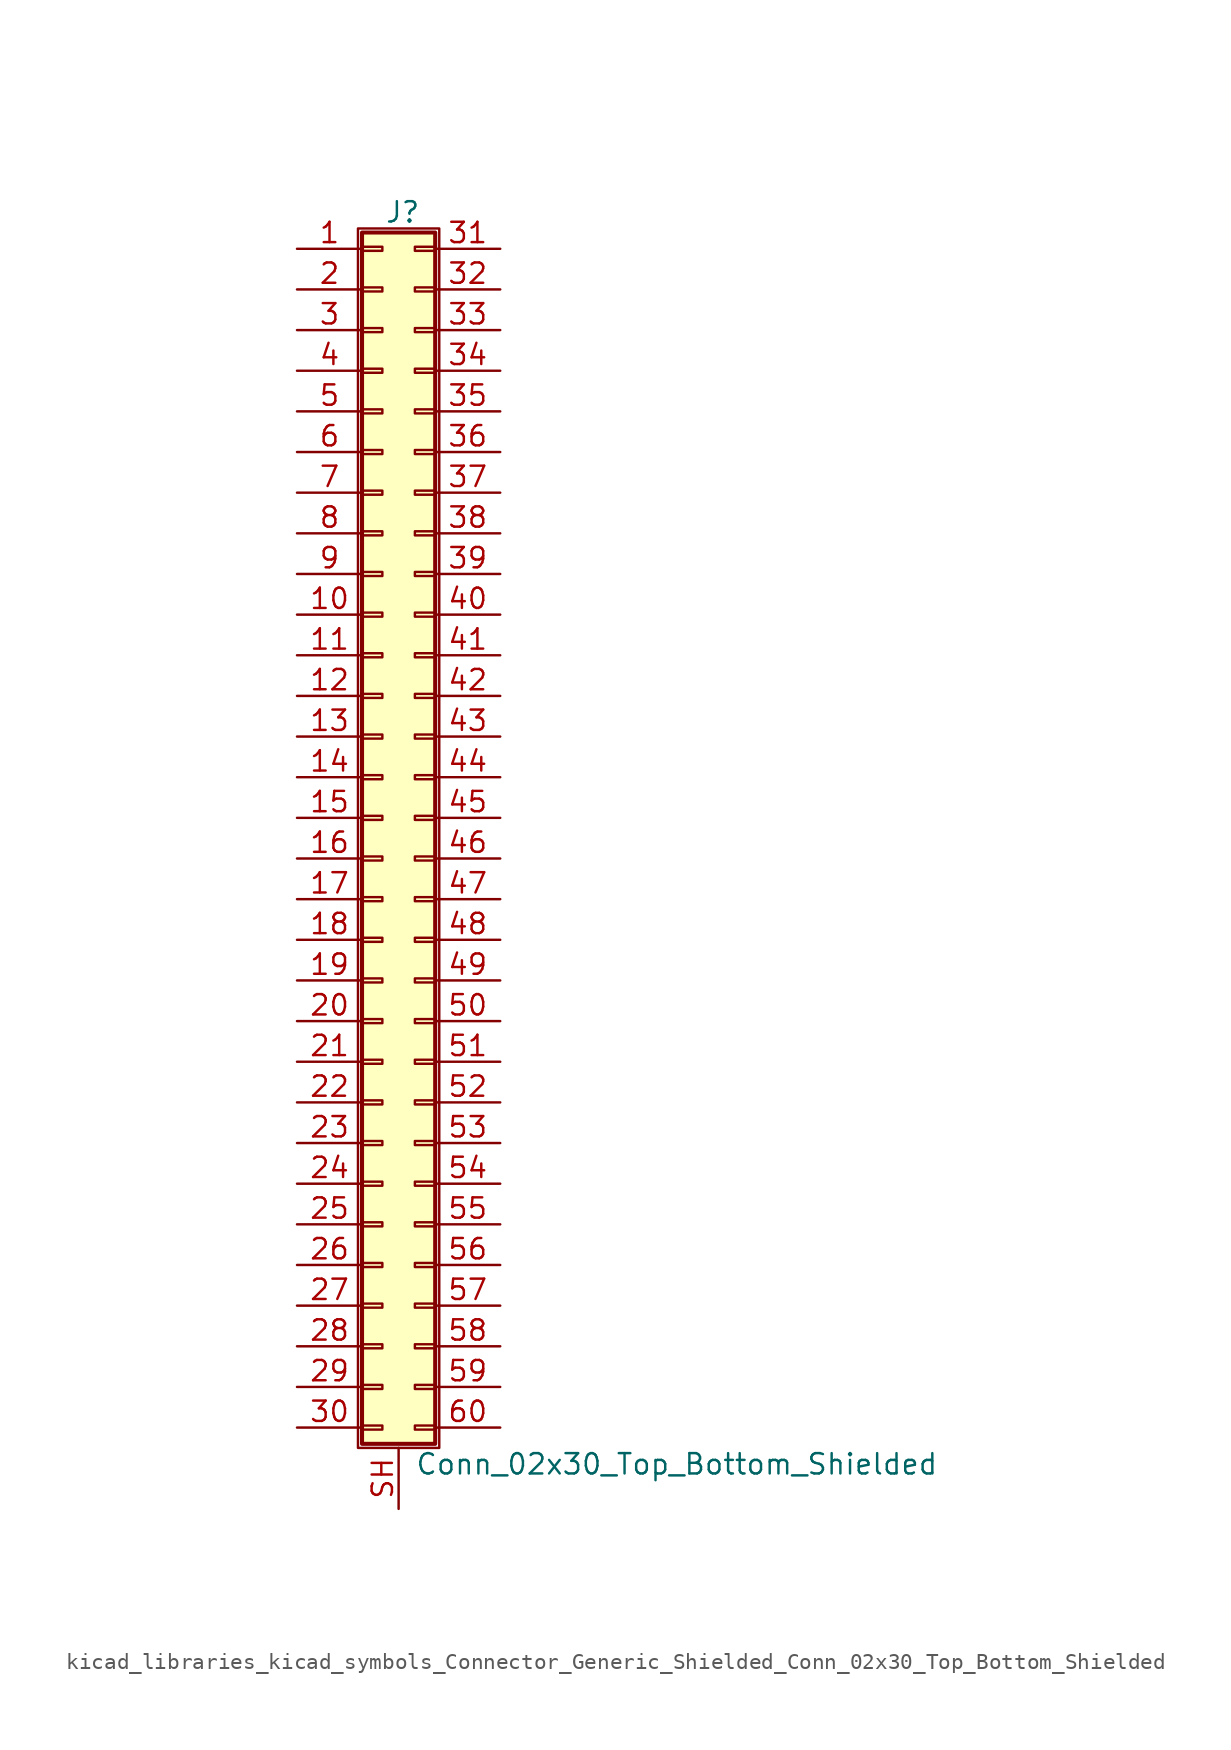
<source format=kicad_sym>
(kicad_symbol_lib
  (version 20220914)
  (generator kicad_symbol_editor)
  (symbol "kicad_libraries_kicad_symbols_Connector_Generic_Shielded_Conn_02x30_Top_Bottom_Shielded"
    (pin_names
      (offset 1.016) hide)
    (property "Reference" "J"
      (at 1.524 37.846 0)
      (effects (font (size 1.27 1.27))))
    (property "Value" "Conn_02x30_Top_Bottom_Shielded"
      (at 2.286 -40.386 0)
      (effects (font (size 1.27 1.27)) (justify left)))
    (symbol "kicad_libraries_kicad_symbols_Connector_Generic_Shielded_Conn_02x30_Top_Bottom_Shielded_1_1"
      (rectangle (start -1.27 36.83) (end 3.81 -39.37) (stroke (width 0.152) (type default)) (fill (type none)))
      (rectangle (start -1.016 -37.973) (end 0.254 -38.227) (stroke (width 0.152) (type default)) (fill (type none)))
      (rectangle (start -1.016 -35.433) (end 0.254 -35.687) (stroke (width 0.152) (type default)) (fill (type none)))
      (rectangle (start -1.016 -32.893) (end 0.254 -33.147) (stroke (width 0.152) (type default)) (fill (type none)))
      (rectangle (start -1.016 -30.353) (end 0.254 -30.607) (stroke (width 0.152) (type default)) (fill (type none)))
      (rectangle (start -1.016 -27.813) (end 0.254 -28.067) (stroke (width 0.152) (type default)) (fill (type none)))
      (rectangle (start -1.016 -25.273) (end 0.254 -25.527) (stroke (width 0.152) (type default)) (fill (type none)))
      (rectangle (start -1.016 -22.733) (end 0.254 -22.987) (stroke (width 0.152) (type default)) (fill (type none)))
      (rectangle (start -1.016 -20.193) (end 0.254 -20.447) (stroke (width 0.152) (type default)) (fill (type none)))
      (rectangle (start -1.016 -17.653) (end 0.254 -17.907) (stroke (width 0.152) (type default)) (fill (type none)))
      (rectangle (start -1.016 -15.113) (end 0.254 -15.367) (stroke (width 0.152) (type default)) (fill (type none)))
      (rectangle (start -1.016 -12.573) (end 0.254 -12.827) (stroke (width 0.152) (type default)) (fill (type none)))
      (rectangle (start -1.016 -10.033) (end 0.254 -10.287) (stroke (width 0.152) (type default)) (fill (type none)))
      (rectangle (start -1.016 -7.493) (end 0.254 -7.747) (stroke (width 0.152) (type default)) (fill (type none)))
      (rectangle (start -1.016 -4.953) (end 0.254 -5.207) (stroke (width 0.152) (type default)) (fill (type none)))
      (rectangle (start -1.016 -2.413) (end 0.254 -2.667) (stroke (width 0.152) (type default)) (fill (type none)))
      (rectangle (start -1.016 0.127) (end 0.254 -0.127) (stroke (width 0.152) (type default)) (fill (type none)))
      (rectangle (start -1.016 2.667) (end 0.254 2.413) (stroke (width 0.152) (type default)) (fill (type none)))
      (rectangle (start -1.016 5.207) (end 0.254 4.953) (stroke (width 0.152) (type default)) (fill (type none)))
      (rectangle (start -1.016 7.747) (end 0.254 7.493) (stroke (width 0.152) (type default)) (fill (type none)))
      (rectangle (start -1.016 10.287) (end 0.254 10.033) (stroke (width 0.152) (type default)) (fill (type none)))
      (rectangle (start -1.016 12.827) (end 0.254 12.573) (stroke (width 0.152) (type default)) (fill (type none)))
      (rectangle (start -1.016 15.367) (end 0.254 15.113) (stroke (width 0.152) (type default)) (fill (type none)))
      (rectangle (start -1.016 17.907) (end 0.254 17.653) (stroke (width 0.152) (type default)) (fill (type none)))
      (rectangle (start -1.016 20.447) (end 0.254 20.193) (stroke (width 0.152) (type default)) (fill (type none)))
      (rectangle (start -1.016 22.987) (end 0.254 22.733) (stroke (width 0.152) (type default)) (fill (type none)))
      (rectangle (start -1.016 25.527) (end 0.254 25.273) (stroke (width 0.152) (type default)) (fill (type none)))
      (rectangle (start -1.016 28.067) (end 0.254 27.813) (stroke (width 0.152) (type default)) (fill (type none)))
      (rectangle (start -1.016 30.607) (end 0.254 30.353) (stroke (width 0.152) (type default)) (fill (type none)))
      (rectangle (start -1.016 33.147) (end 0.254 32.893) (stroke (width 0.152) (type default)) (fill (type none)))
      (rectangle (start -1.016 35.687) (end 0.254 35.433) (stroke (width 0.152) (type default)) (fill (type none)))
      (rectangle (start -1.016 36.576) (end 3.556 -39.116) (stroke (width 0.254) (type default)) (fill (type background)))
      (rectangle (start 3.556 -37.973) (end 2.286 -38.227) (stroke (width 0.152) (type default)) (fill (type none)))
      (rectangle (start 3.556 -35.433) (end 2.286 -35.687) (stroke (width 0.152) (type default)) (fill (type none)))
      (rectangle (start 3.556 -32.893) (end 2.286 -33.147) (stroke (width 0.152) (type default)) (fill (type none)))
      (rectangle (start 3.556 -30.353) (end 2.286 -30.607) (stroke (width 0.152) (type default)) (fill (type none)))
      (rectangle (start 3.556 -27.813) (end 2.286 -28.067) (stroke (width 0.152) (type default)) (fill (type none)))
      (rectangle (start 3.556 -25.273) (end 2.286 -25.527) (stroke (width 0.152) (type default)) (fill (type none)))
      (rectangle (start 3.556 -22.733) (end 2.286 -22.987) (stroke (width 0.152) (type default)) (fill (type none)))
      (rectangle (start 3.556 -20.193) (end 2.286 -20.447) (stroke (width 0.152) (type default)) (fill (type none)))
      (rectangle (start 3.556 -17.653) (end 2.286 -17.907) (stroke (width 0.152) (type default)) (fill (type none)))
      (rectangle (start 3.556 -15.113) (end 2.286 -15.367) (stroke (width 0.152) (type default)) (fill (type none)))
      (rectangle (start 3.556 -12.573) (end 2.286 -12.827) (stroke (width 0.152) (type default)) (fill (type none)))
      (rectangle (start 3.556 -10.033) (end 2.286 -10.287) (stroke (width 0.152) (type default)) (fill (type none)))
      (rectangle (start 3.556 -7.493) (end 2.286 -7.747) (stroke (width 0.152) (type default)) (fill (type none)))
      (rectangle (start 3.556 -4.953) (end 2.286 -5.207) (stroke (width 0.152) (type default)) (fill (type none)))
      (rectangle (start 3.556 -2.413) (end 2.286 -2.667) (stroke (width 0.152) (type default)) (fill (type none)))
      (rectangle (start 3.556 0.127) (end 2.286 -0.127) (stroke (width 0.152) (type default)) (fill (type none)))
      (rectangle (start 3.556 2.667) (end 2.286 2.413) (stroke (width 0.152) (type default)) (fill (type none)))
      (rectangle (start 3.556 5.207) (end 2.286 4.953) (stroke (width 0.152) (type default)) (fill (type none)))
      (rectangle (start 3.556 7.747) (end 2.286 7.493) (stroke (width 0.152) (type default)) (fill (type none)))
      (rectangle (start 3.556 10.287) (end 2.286 10.033) (stroke (width 0.152) (type default)) (fill (type none)))
      (rectangle (start 3.556 12.827) (end 2.286 12.573) (stroke (width 0.152) (type default)) (fill (type none)))
      (rectangle (start 3.556 15.367) (end 2.286 15.113) (stroke (width 0.152) (type default)) (fill (type none)))
      (rectangle (start 3.556 17.907) (end 2.286 17.653) (stroke (width 0.152) (type default)) (fill (type none)))
      (rectangle (start 3.556 20.447) (end 2.286 20.193) (stroke (width 0.152) (type default)) (fill (type none)))
      (rectangle (start 3.556 22.987) (end 2.286 22.733) (stroke (width 0.152) (type default)) (fill (type none)))
      (rectangle (start 3.556 25.527) (end 2.286 25.273) (stroke (width 0.152) (type default)) (fill (type none)))
      (rectangle (start 3.556 28.067) (end 2.286 27.813) (stroke (width 0.152) (type default)) (fill (type none)))
      (rectangle (start 3.556 30.607) (end 2.286 30.353) (stroke (width 0.152) (type default)) (fill (type none)))
      (rectangle (start 3.556 33.147) (end 2.286 32.893) (stroke (width 0.152) (type default)) (fill (type none)))
      (rectangle (start 3.556 35.687) (end 2.286 35.433) (stroke (width 0.152) (type default)) (fill (type none)))
      (pin passive line (at -5.08 35.56 0) (length 4.064) (name "Pin_1" (effects (font (size 1.27 1.27)))) (number "1" (effects (font (size 1.27 1.27)))))
      (pin passive line (at -5.08 12.7 0) (length 4.064) (name "Pin_10" (effects (font (size 1.27 1.27)))) (number "10" (effects (font (size 1.27 1.27)))))
      (pin passive line (at -5.08 10.16 0) (length 4.064) (name "Pin_11" (effects (font (size 1.27 1.27)))) (number "11" (effects (font (size 1.27 1.27)))))
      (pin passive line (at -5.08 7.62 0) (length 4.064) (name "Pin_12" (effects (font (size 1.27 1.27)))) (number "12" (effects (font (size 1.27 1.27)))))
      (pin passive line (at -5.08 5.08 0) (length 4.064) (name "Pin_13" (effects (font (size 1.27 1.27)))) (number "13" (effects (font (size 1.27 1.27)))))
      (pin passive line (at -5.08 2.54 0) (length 4.064) (name "Pin_14" (effects (font (size 1.27 1.27)))) (number "14" (effects (font (size 1.27 1.27)))))
      (pin passive line (at -5.08 0 0) (length 4.064) (name "Pin_15" (effects (font (size 1.27 1.27)))) (number "15" (effects (font (size 1.27 1.27)))))
      (pin passive line (at -5.08 -2.54 0) (length 4.064) (name "Pin_16" (effects (font (size 1.27 1.27)))) (number "16" (effects (font (size 1.27 1.27)))))
      (pin passive line (at -5.08 -5.08 0) (length 4.064) (name "Pin_17" (effects (font (size 1.27 1.27)))) (number "17" (effects (font (size 1.27 1.27)))))
      (pin passive line (at -5.08 -7.62 0) (length 4.064) (name "Pin_18" (effects (font (size 1.27 1.27)))) (number "18" (effects (font (size 1.27 1.27)))))
      (pin passive line (at -5.08 -10.16 0) (length 4.064) (name "Pin_19" (effects (font (size 1.27 1.27)))) (number "19" (effects (font (size 1.27 1.27)))))
      (pin passive line (at -5.08 33.02 0) (length 4.064) (name "Pin_2" (effects (font (size 1.27 1.27)))) (number "2" (effects (font (size 1.27 1.27)))))
      (pin passive line (at -5.08 -12.7 0) (length 4.064) (name "Pin_20" (effects (font (size 1.27 1.27)))) (number "20" (effects (font (size 1.27 1.27)))))
      (pin passive line (at -5.08 -15.24 0) (length 4.064) (name "Pin_21" (effects (font (size 1.27 1.27)))) (number "21" (effects (font (size 1.27 1.27)))))
      (pin passive line (at -5.08 -17.78 0) (length 4.064) (name "Pin_22" (effects (font (size 1.27 1.27)))) (number "22" (effects (font (size 1.27 1.27)))))
      (pin passive line (at -5.08 -20.32 0) (length 4.064) (name "Pin_23" (effects (font (size 1.27 1.27)))) (number "23" (effects (font (size 1.27 1.27)))))
      (pin passive line (at -5.08 -22.86 0) (length 4.064) (name "Pin_24" (effects (font (size 1.27 1.27)))) (number "24" (effects (font (size 1.27 1.27)))))
      (pin passive line (at -5.08 -25.4 0) (length 4.064) (name "Pin_25" (effects (font (size 1.27 1.27)))) (number "25" (effects (font (size 1.27 1.27)))))
      (pin passive line (at -5.08 -27.94 0) (length 4.064) (name "Pin_26" (effects (font (size 1.27 1.27)))) (number "26" (effects (font (size 1.27 1.27)))))
      (pin passive line (at -5.08 -30.48 0) (length 4.064) (name "Pin_27" (effects (font (size 1.27 1.27)))) (number "27" (effects (font (size 1.27 1.27)))))
      (pin passive line (at -5.08 -33.02 0) (length 4.064) (name "Pin_28" (effects (font (size 1.27 1.27)))) (number "28" (effects (font (size 1.27 1.27)))))
      (pin passive line (at -5.08 -35.56 0) (length 4.064) (name "Pin_29" (effects (font (size 1.27 1.27)))) (number "29" (effects (font (size 1.27 1.27)))))
      (pin passive line (at -5.08 30.48 0) (length 4.064) (name "Pin_3" (effects (font (size 1.27 1.27)))) (number "3" (effects (font (size 1.27 1.27)))))
      (pin passive line (at -5.08 -38.1 0) (length 4.064) (name "Pin_30" (effects (font (size 1.27 1.27)))) (number "30" (effects (font (size 1.27 1.27)))))
      (pin passive line (at 7.62 35.56 180) (length 4.064) (name "Pin_31" (effects (font (size 1.27 1.27)))) (number "31" (effects (font (size 1.27 1.27)))))
      (pin passive line (at 7.62 33.02 180) (length 4.064) (name "Pin_32" (effects (font (size 1.27 1.27)))) (number "32" (effects (font (size 1.27 1.27)))))
      (pin passive line (at 7.62 30.48 180) (length 4.064) (name "Pin_33" (effects (font (size 1.27 1.27)))) (number "33" (effects (font (size 1.27 1.27)))))
      (pin passive line (at 7.62 27.94 180) (length 4.064) (name "Pin_34" (effects (font (size 1.27 1.27)))) (number "34" (effects (font (size 1.27 1.27)))))
      (pin passive line (at 7.62 25.4 180) (length 4.064) (name "Pin_35" (effects (font (size 1.27 1.27)))) (number "35" (effects (font (size 1.27 1.27)))))
      (pin passive line (at 7.62 22.86 180) (length 4.064) (name "Pin_36" (effects (font (size 1.27 1.27)))) (number "36" (effects (font (size 1.27 1.27)))))
      (pin passive line (at 7.62 20.32 180) (length 4.064) (name "Pin_37" (effects (font (size 1.27 1.27)))) (number "37" (effects (font (size 1.27 1.27)))))
      (pin passive line (at 7.62 17.78 180) (length 4.064) (name "Pin_38" (effects (font (size 1.27 1.27)))) (number "38" (effects (font (size 1.27 1.27)))))
      (pin passive line (at 7.62 15.24 180) (length 4.064) (name "Pin_39" (effects (font (size 1.27 1.27)))) (number "39" (effects (font (size 1.27 1.27)))))
      (pin passive line (at -5.08 27.94 0) (length 4.064) (name "Pin_4" (effects (font (size 1.27 1.27)))) (number "4" (effects (font (size 1.27 1.27)))))
      (pin passive line (at 7.62 12.7 180) (length 4.064) (name "Pin_40" (effects (font (size 1.27 1.27)))) (number "40" (effects (font (size 1.27 1.27)))))
      (pin passive line (at 7.62 10.16 180) (length 4.064) (name "Pin_41" (effects (font (size 1.27 1.27)))) (number "41" (effects (font (size 1.27 1.27)))))
      (pin passive line (at 7.62 7.62 180) (length 4.064) (name "Pin_42" (effects (font (size 1.27 1.27)))) (number "42" (effects (font (size 1.27 1.27)))))
      (pin passive line (at 7.62 5.08 180) (length 4.064) (name "Pin_43" (effects (font (size 1.27 1.27)))) (number "43" (effects (font (size 1.27 1.27)))))
      (pin passive line (at 7.62 2.54 180) (length 4.064) (name "Pin_44" (effects (font (size 1.27 1.27)))) (number "44" (effects (font (size 1.27 1.27)))))
      (pin passive line (at 7.62 0 180) (length 4.064) (name "Pin_45" (effects (font (size 1.27 1.27)))) (number "45" (effects (font (size 1.27 1.27)))))
      (pin passive line (at 7.62 -2.54 180) (length 4.064) (name "Pin_46" (effects (font (size 1.27 1.27)))) (number "46" (effects (font (size 1.27 1.27)))))
      (pin passive line (at 7.62 -5.08 180) (length 4.064) (name "Pin_47" (effects (font (size 1.27 1.27)))) (number "47" (effects (font (size 1.27 1.27)))))
      (pin passive line (at 7.62 -7.62 180) (length 4.064) (name "Pin_48" (effects (font (size 1.27 1.27)))) (number "48" (effects (font (size 1.27 1.27)))))
      (pin passive line (at 7.62 -10.16 180) (length 4.064) (name "Pin_49" (effects (font (size 1.27 1.27)))) (number "49" (effects (font (size 1.27 1.27)))))
      (pin passive line (at -5.08 25.4 0) (length 4.064) (name "Pin_5" (effects (font (size 1.27 1.27)))) (number "5" (effects (font (size 1.27 1.27)))))
      (pin passive line (at 7.62 -12.7 180) (length 4.064) (name "Pin_50" (effects (font (size 1.27 1.27)))) (number "50" (effects (font (size 1.27 1.27)))))
      (pin passive line (at 7.62 -15.24 180) (length 4.064) (name "Pin_51" (effects (font (size 1.27 1.27)))) (number "51" (effects (font (size 1.27 1.27)))))
      (pin passive line (at 7.62 -17.78 180) (length 4.064) (name "Pin_52" (effects (font (size 1.27 1.27)))) (number "52" (effects (font (size 1.27 1.27)))))
      (pin passive line (at 7.62 -20.32 180) (length 4.064) (name "Pin_53" (effects (font (size 1.27 1.27)))) (number "53" (effects (font (size 1.27 1.27)))))
      (pin passive line (at 7.62 -22.86 180) (length 4.064) (name "Pin_54" (effects (font (size 1.27 1.27)))) (number "54" (effects (font (size 1.27 1.27)))))
      (pin passive line (at 7.62 -25.4 180) (length 4.064) (name "Pin_55" (effects (font (size 1.27 1.27)))) (number "55" (effects (font (size 1.27 1.27)))))
      (pin passive line (at 7.62 -27.94 180) (length 4.064) (name "Pin_56" (effects (font (size 1.27 1.27)))) (number "56" (effects (font (size 1.27 1.27)))))
      (pin passive line (at 7.62 -30.48 180) (length 4.064) (name "Pin_57" (effects (font (size 1.27 1.27)))) (number "57" (effects (font (size 1.27 1.27)))))
      (pin passive line (at 7.62 -33.02 180) (length 4.064) (name "Pin_58" (effects (font (size 1.27 1.27)))) (number "58" (effects (font (size 1.27 1.27)))))
      (pin passive line (at 7.62 -35.56 180) (length 4.064) (name "Pin_59" (effects (font (size 1.27 1.27)))) (number "59" (effects (font (size 1.27 1.27)))))
      (pin passive line (at -5.08 22.86 0) (length 4.064) (name "Pin_6" (effects (font (size 1.27 1.27)))) (number "6" (effects (font (size 1.27 1.27)))))
      (pin passive line (at 7.62 -38.1 180) (length 4.064) (name "Pin_60" (effects (font (size 1.27 1.27)))) (number "60" (effects (font (size 1.27 1.27)))))
      (pin passive line (at -5.08 20.32 0) (length 4.064) (name "Pin_7" (effects (font (size 1.27 1.27)))) (number "7" (effects (font (size 1.27 1.27)))))
      (pin passive line (at -5.08 17.78 0) (length 4.064) (name "Pin_8" (effects (font (size 1.27 1.27)))) (number "8" (effects (font (size 1.27 1.27)))))
      (pin passive line (at -5.08 15.24 0) (length 4.064) (name "Pin_9" (effects (font (size 1.27 1.27)))) (number "9" (effects (font (size 1.27 1.27)))))
      (pin passive line (at 1.27 -43.18 90) (length 3.81) (name "Shield" (effects (font (size 1.27 1.27)))) (number "SH" (effects (font (size 1.27 1.27))))))))
</source>
